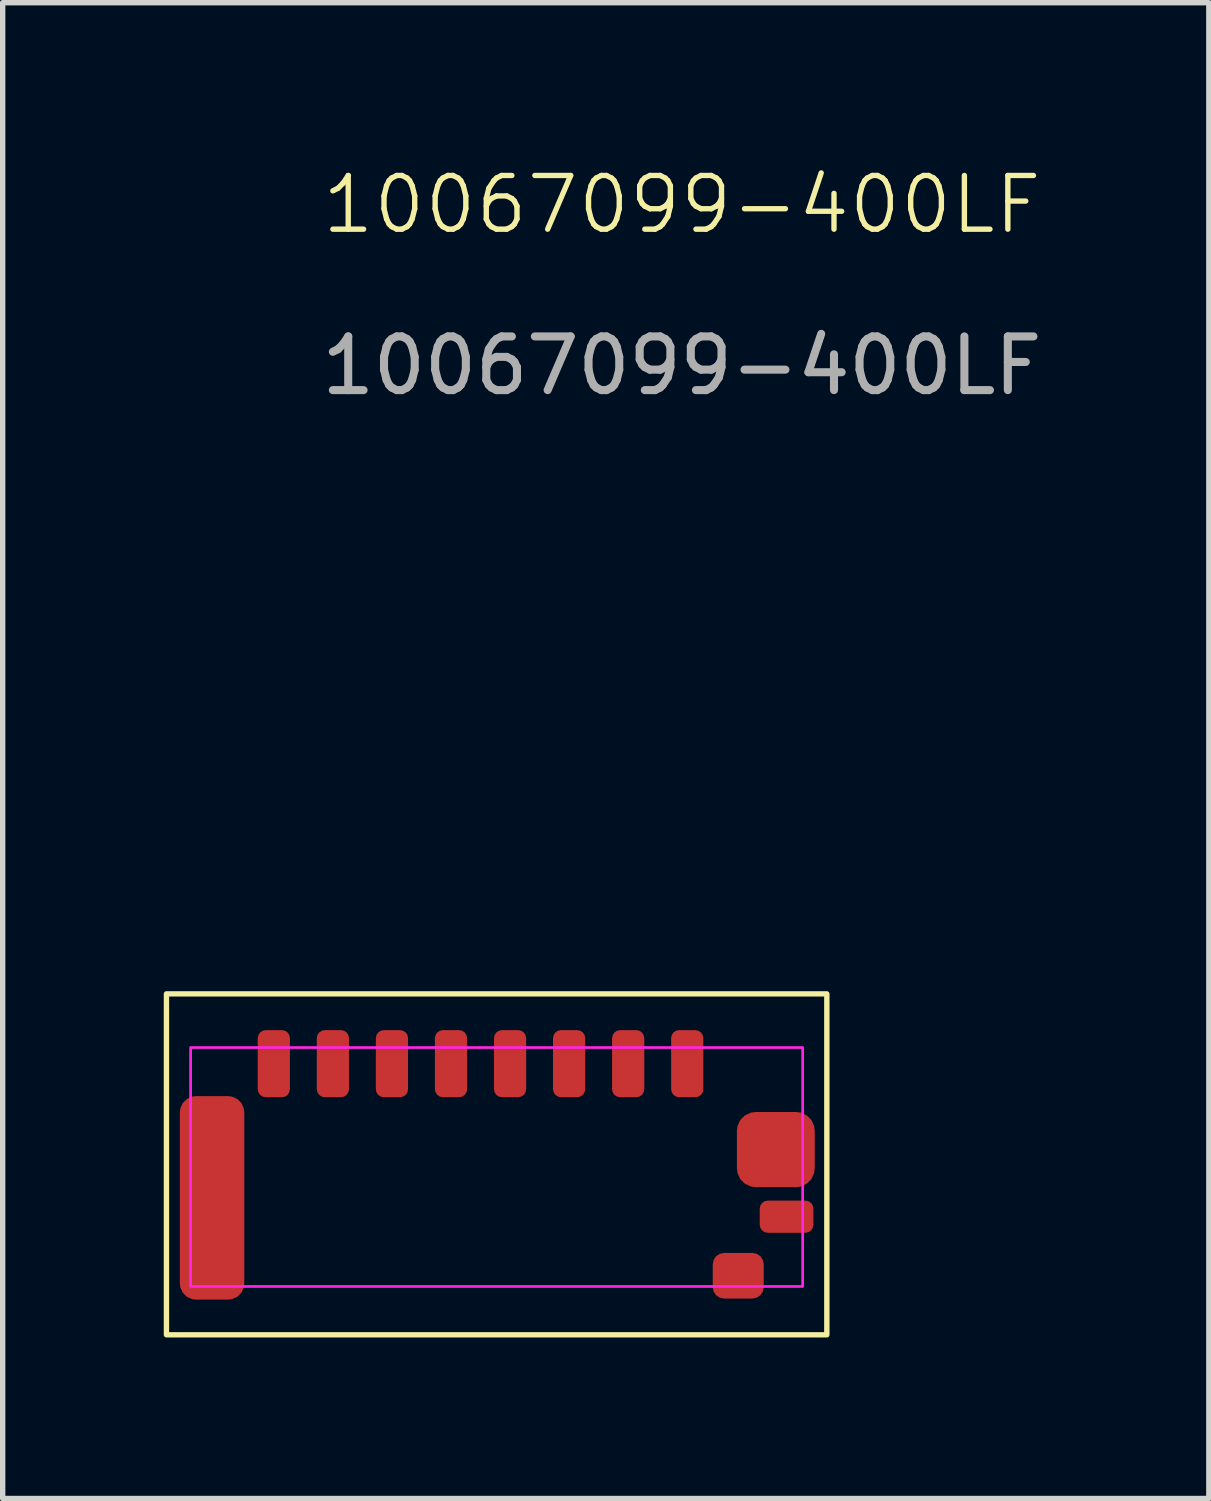
<source format=kicad_pcb>
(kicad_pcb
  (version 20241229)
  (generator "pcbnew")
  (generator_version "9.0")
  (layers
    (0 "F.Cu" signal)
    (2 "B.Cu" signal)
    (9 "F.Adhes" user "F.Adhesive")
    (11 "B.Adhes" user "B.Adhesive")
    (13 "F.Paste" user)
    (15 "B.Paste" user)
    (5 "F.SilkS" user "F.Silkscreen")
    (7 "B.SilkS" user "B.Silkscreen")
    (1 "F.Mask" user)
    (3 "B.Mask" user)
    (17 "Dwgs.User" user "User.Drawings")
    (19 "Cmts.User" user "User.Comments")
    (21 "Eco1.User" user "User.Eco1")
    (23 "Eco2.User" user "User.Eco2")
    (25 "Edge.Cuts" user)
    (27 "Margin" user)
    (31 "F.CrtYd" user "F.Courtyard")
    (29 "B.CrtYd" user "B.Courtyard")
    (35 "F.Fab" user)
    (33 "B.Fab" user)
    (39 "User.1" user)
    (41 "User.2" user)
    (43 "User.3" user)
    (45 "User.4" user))
  (footprint "10067099-400LF"
    (layer "F.Cu")
    (at 9.75 16.761)
    (property "Reference" "10067099-400LF" (at -0.1 -16 0) (unlocked yes) (layer "F.SilkS") (effects (font (size 1 1) (thickness 0.1))))
    (attr smd)
    (fp_rect (start -9.7 -1.3) (end 2.6 5.05) (stroke (width 0.1) (type default)) (fill no) (layer "F.SilkS"))
    (fp_rect (start -9.25 -0.3) (end 2.15 4.15) (stroke (width 0.05) (type default)) (fill no) (layer "F.CrtYd"))
    (fp_text user "${REFERENCE}" (at -0.1 -13 0) (unlocked yes) (layer "F.Fab") (effects (font (size 1 1) (thickness 0.15))))
    (pad "1" smd roundrect (at 0 0) (size 0.6 1.25) (layers "F.Cu" "F.Mask" "F.Paste") (roundrect_rratio 0.25))
    (pad "2" smd roundrect (at -1.1 0) (size 0.6 1.25) (layers "F.Cu" "F.Mask" "F.Paste") (roundrect_rratio 0.25))
    (pad "3" smd roundrect (at -2.2 0) (size 0.6 1.25) (layers "F.Cu" "F.Mask" "F.Paste") (roundrect_rratio 0.25))
    (pad "4" smd roundrect (at -3.3 0) (size 0.6 1.25) (layers "F.Cu" "F.Mask" "F.Paste") (roundrect_rratio 0.25))
    (pad "5" smd roundrect (at -4.4 0) (size 0.6 1.25) (layers "F.Cu" "F.Mask" "F.Paste") (roundrect_rratio 0.25))
    (pad "6" smd roundrect (at -5.5 0) (size 0.6 1.25) (layers "F.Cu" "F.Mask" "F.Paste") (roundrect_rratio 0.25))
    (pad "7" smd roundrect (at -6.6 0) (size 0.6 1.25) (layers "F.Cu" "F.Mask" "F.Paste") (roundrect_rratio 0.25))
    (pad "8" smd roundrect (at -7.7 0) (size 0.6 1.25) (layers "F.Cu" "F.Mask" "F.Paste") (roundrect_rratio 0.25))
    (pad "9" smd roundrect (at 0.95 3.95) (size 0.95 0.85) (layers "F.Cu" "F.Mask" "F.Paste") (roundrect_rratio 0.25))
    (pad "10" smd roundrect (at 1.85 2.85) (size 1 0.6) (layers "F.Cu" "F.Mask" "F.Paste") (roundrect_rratio 0.25))
    (pad "11" smd roundrect (at -8.85 2.5) (size 1.2 3.79) (layers "F.Cu" "F.Mask" "F.Paste") (roundrect_rratio 0.25))
    (pad "12" smd roundrect (at 1.65 1.6) (size 1.45 1.4) (layers "F.Cu" "F.Mask" "F.Paste") (roundrect_rratio 0.25)))
  (gr_rect
    (start -3 -3)
    (end 19.465 24.86)
    (stroke (width 0.1) (type default))
    (fill no)
    (layer "Edge.Cuts")))
</source>
